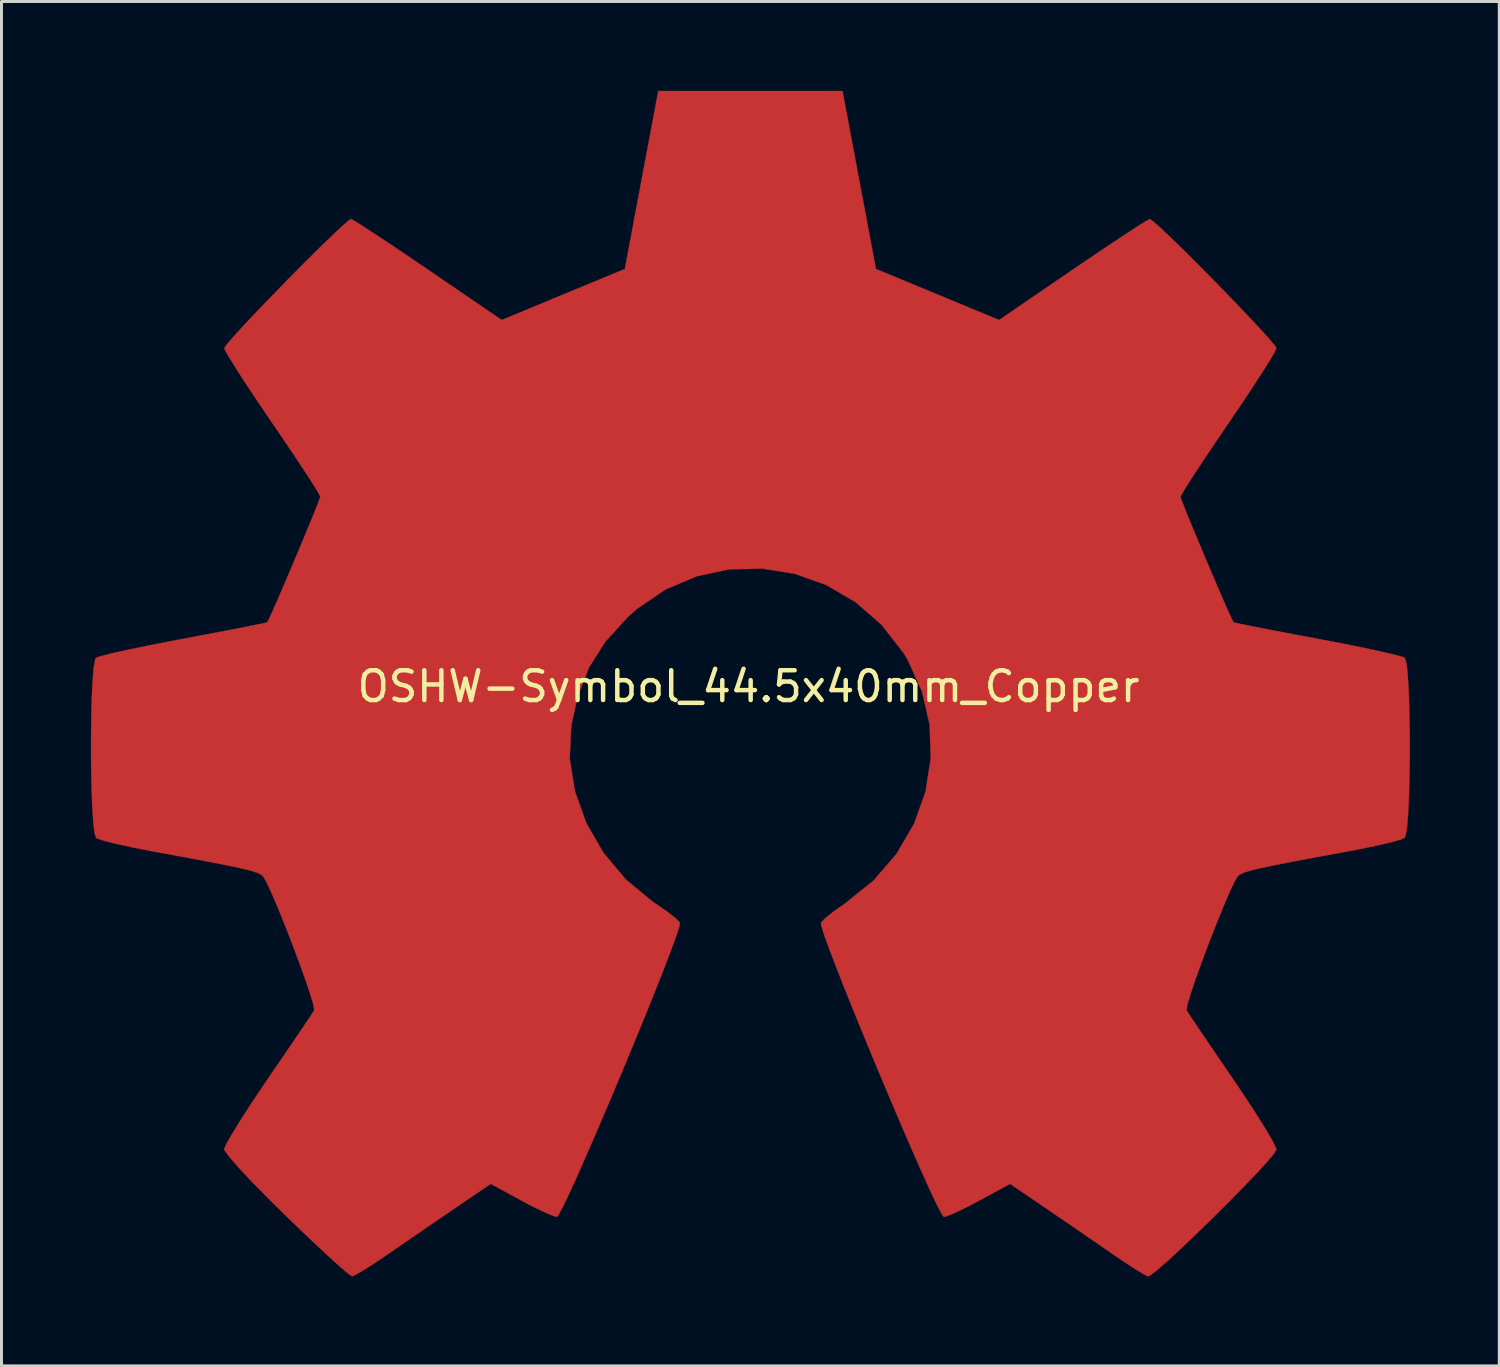
<source format=kicad_pcb>
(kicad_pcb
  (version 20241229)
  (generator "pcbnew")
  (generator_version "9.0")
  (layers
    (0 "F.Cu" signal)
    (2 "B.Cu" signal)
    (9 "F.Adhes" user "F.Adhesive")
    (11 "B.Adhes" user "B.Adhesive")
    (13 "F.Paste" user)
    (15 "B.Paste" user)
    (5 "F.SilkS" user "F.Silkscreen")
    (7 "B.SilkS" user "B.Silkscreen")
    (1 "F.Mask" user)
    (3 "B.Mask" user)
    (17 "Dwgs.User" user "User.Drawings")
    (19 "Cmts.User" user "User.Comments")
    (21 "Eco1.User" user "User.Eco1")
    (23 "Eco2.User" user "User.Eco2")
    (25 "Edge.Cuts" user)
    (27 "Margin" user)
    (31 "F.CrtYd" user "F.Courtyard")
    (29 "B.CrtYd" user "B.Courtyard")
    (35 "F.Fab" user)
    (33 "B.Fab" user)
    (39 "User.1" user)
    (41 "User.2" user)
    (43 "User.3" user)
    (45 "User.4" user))
  (footprint "OSHW-Symbol_44.5x40mm_Copper"
    (layer "F.Cu")
    (at 22.072 19.989)
    (property "Reference" "OSHW-Symbol_44.5x40mm_Copper" (at 0 0 0) (layer "F.SilkS") (effects (font (size 1 1) (thickness 0.15))))
    (attr exclude_from_pos_files exclude_from_bom)
    (fp_poly (pts (xy 3.714 -16.998) (xy 4.275 -14.012) (xy 6.342 -13.156) (xy 8.409 -12.299) (xy 10.888 -13.994) (xy 11.583 -14.466) (xy 12.21 -14.887) (xy 12.742 -15.238) (xy 13.148 -15.501) (xy 13.4 -15.655) (xy 13.469 -15.688) (xy 13.592 -15.603) (xy 13.857 -15.366) (xy 14.231 -15.009) (xy 14.688 -14.562) (xy 15.196 -14.054) (xy 15.726 -13.516) (xy 16.248 -12.978) (xy 16.733 -12.47) (xy 17.152 -12.023) (xy 17.475 -11.666) (xy 17.671 -11.431) (xy 17.718 -11.352) (xy 17.65 -11.207) (xy 17.461 -10.888) (xy 17.169 -10.428) (xy 16.796 -9.857) (xy 16.36 -9.207) (xy 16.107 -8.835) (xy 15.647 -8.158) (xy 15.238 -7.546) (xy 14.9 -7.032) (xy 14.653 -6.644) (xy 14.517 -6.413) (xy 14.497 -6.365) (xy 14.543 -6.227) (xy 14.669 -5.906) (xy 14.857 -5.448) (xy 15.086 -4.896) (xy 15.338 -4.296) (xy 15.594 -3.694) (xy 15.834 -3.134) (xy 16.04 -2.661) (xy 16.193 -2.322) (xy 16.273 -2.159) (xy 16.278 -2.153) (xy 16.403 -2.122) (xy 16.738 -2.053) (xy 17.247 -1.952) (xy 17.896 -1.827) (xy 18.65 -1.685) (xy 19.089 -1.602) (xy 19.895 -1.448) (xy 20.622 -1.302) (xy 21.235 -1.17) (xy 21.696 -1.063) (xy 21.969 -0.987) (xy 22.024 -0.963) (xy 22.077 -0.799) (xy 22.121 -0.43) (xy 22.154 0.101) (xy 22.176 0.752) (xy 22.189 1.479) (xy 22.191 2.239) (xy 22.183 2.989) (xy 22.165 3.686) (xy 22.136 4.286) (xy 22.097 4.747) (xy 22.049 5.025) (xy 22.02 5.082) (xy 21.845 5.152) (xy 21.475 5.251) (xy 20.958 5.368) (xy 20.344 5.492) (xy 20.13 5.532) (xy 19.097 5.722) (xy 18.28 5.875) (xy 17.654 5.998) (xy 17.191 6.095) (xy 16.864 6.174) (xy 16.646 6.24) (xy 16.511 6.299) (xy 16.431 6.358) (xy 16.42 6.37) (xy 16.308 6.557) (xy 16.137 6.922) (xy 15.924 7.419) (xy 15.687 8.005) (xy 15.441 8.634) (xy 15.206 9.261) (xy 14.996 9.843) (xy 14.831 10.334) (xy 14.726 10.689) (xy 14.698 10.865) (xy 14.7 10.871) (xy 14.794 11.014) (xy 15.005 11.33) (xy 15.313 11.785) (xy 15.695 12.346) (xy 16.128 12.981) (xy 16.252 13.162) (xy 16.692 13.816) (xy 17.079 14.413) (xy 17.393 14.918) (xy 17.611 15.298) (xy 17.713 15.517) (xy 17.718 15.544) (xy 17.632 15.686) (xy 17.395 15.966) (xy 17.037 16.356) (xy 16.588 16.824) (xy 16.08 17.34) (xy 15.542 17.875) (xy 15.005 18.398) (xy 14.5 18.879) (xy 14.057 19.288) (xy 13.706 19.595) (xy 13.479 19.769) (xy 13.416 19.797) (xy 13.27 19.73) (xy 12.97 19.549) (xy 12.566 19.286) (xy 12.255 19.073) (xy 11.692 18.684) (xy 11.024 18.225) (xy 10.355 17.767) (xy 9.995 17.522) (xy 8.777 16.694) (xy 7.755 17.249) (xy 7.289 17.493) (xy 6.893 17.682) (xy 6.625 17.79) (xy 6.557 17.805) (xy 6.475 17.694) (xy 6.313 17.381) (xy 6.083 16.894) (xy 5.798 16.263) (xy 5.469 15.516) (xy 5.109 14.682) (xy 4.729 13.79) (xy 4.342 12.869) (xy 3.96 11.949) (xy 3.595 11.056) (xy 3.258 10.222) (xy 2.963 9.474) (xy 2.721 8.841) (xy 2.544 8.353) (xy 2.444 8.038) (xy 2.428 7.93) (xy 2.555 7.792) (xy 2.834 7.568) (xy 3.206 7.305) (xy 3.237 7.284) (xy 4.199 6.51) (xy 4.974 5.608) (xy 5.556 4.606) (xy 5.939 3.532) (xy 6.115 2.416) (xy 6.079 1.286) (xy 5.822 0.172) (xy 5.339 -0.898) (xy 5.197 -1.132) (xy 4.457 -2.077) (xy 3.584 -2.836) (xy 2.607 -3.405) (xy 1.556 -3.78) (xy 0.462 -3.956) (xy -0.646 -3.931) (xy -1.736 -3.7) (xy -2.78 -3.259) (xy -3.745 -2.604) (xy -4.044 -2.338) (xy -4.804 -1.506) (xy -5.358 -0.63) (xy -5.738 0.351) (xy -5.95 1.324) (xy -6.002 2.417) (xy -5.828 3.515) (xy -5.445 4.582) (xy -4.871 5.58) (xy -4.123 6.472) (xy -3.22 7.221) (xy -3.102 7.3) (xy -2.726 7.559) (xy -2.44 7.783) (xy -2.303 7.926) (xy -2.301 7.93) (xy -2.33 8.085) (xy -2.447 8.436) (xy -2.638 8.955) (xy -2.892 9.612) (xy -3.197 10.379) (xy -3.54 11.227) (xy -3.91 12.127) (xy -4.294 13.05) (xy -4.681 13.967) (xy -5.058 14.85) (xy -5.413 15.669) (xy -5.734 16.396) (xy -6.009 17.001) (xy -6.226 17.456) (xy -6.374 17.732) (xy -6.433 17.805) (xy -6.614 17.748) (xy -6.952 17.597) (xy -7.39 17.378) (xy -7.631 17.249) (xy -8.653 16.694) (xy -9.871 17.522) (xy -10.493 17.946) (xy -11.174 18.413) (xy -11.812 18.852) (xy -12.131 19.073) (xy -12.581 19.377) (xy -12.961 19.617) (xy -13.223 19.764) (xy -13.308 19.795) (xy -13.432 19.711) (xy -13.706 19.477) (xy -14.104 19.117) (xy -14.599 18.656) (xy -15.165 18.117) (xy -15.522 17.772) (xy -16.148 17.154) (xy -16.689 16.601) (xy -17.123 16.137) (xy -17.428 15.786) (xy -17.583 15.571) (xy -17.598 15.527) (xy -17.529 15.361) (xy -17.338 15.026) (xy -17.048 14.554) (xy -16.678 13.981) (xy -16.25 13.34) (xy -16.128 13.162) (xy -15.684 12.512) (xy -15.286 11.928) (xy -14.956 11.441) (xy -14.716 11.084) (xy -14.589 10.891) (xy -14.576 10.871) (xy -14.595 10.717) (xy -14.693 10.378) (xy -14.853 9.899) (xy -15.058 9.325) (xy -15.292 8.7) (xy -15.537 8.069) (xy -15.776 7.477) (xy -15.992 6.968) (xy -16.168 6.588) (xy -16.287 6.38) (xy -16.296 6.37) (xy -16.368 6.31) (xy -16.491 6.251) (xy -16.691 6.187) (xy -16.995 6.111) (xy -17.43 6.018) (xy -18.024 5.901) (xy -18.802 5.754) (xy -19.792 5.571) (xy -20.006 5.532) (xy -20.641 5.409) (xy -21.195 5.288) (xy -21.619 5.182) (xy -21.863 5.101) (xy -21.896 5.082) (xy -21.95 4.916) (xy -21.993 4.545) (xy -22.027 4.012) (xy -22.051 3.36) (xy -22.064 2.632) (xy -22.067 1.872) (xy -22.06 1.122) (xy -22.043 0.427) (xy -22.015 -0.172) (xy -21.977 -0.631) (xy -21.929 -0.906) (xy -21.9 -0.963) (xy -21.738 -1.019) (xy -21.368 -1.112) (xy -20.828 -1.232) (xy -20.155 -1.372) (xy -19.385 -1.523) (xy -18.965 -1.602) (xy -18.169 -1.752) (xy -17.46 -1.887) (xy -16.871 -2.002) (xy -16.437 -2.089) (xy -16.194 -2.141) (xy -16.154 -2.153) (xy -16.086 -2.284) (xy -15.943 -2.6) (xy -15.744 -3.056) (xy -15.507 -3.606) (xy -15.253 -4.205) (xy -14.999 -4.809) (xy -14.765 -5.372) (xy -14.57 -5.848) (xy -14.433 -6.194) (xy -14.374 -6.363) (xy -14.373 -6.371) (xy -14.44 -6.504) (xy -14.63 -6.811) (xy -14.921 -7.262) (xy -15.295 -7.825) (xy -15.73 -8.47) (xy -15.983 -8.84) (xy -16.445 -9.52) (xy -16.855 -10.136) (xy -17.193 -10.66) (xy -17.44 -11.058) (xy -17.575 -11.299) (xy -17.594 -11.354) (xy -17.51 -11.48) (xy -17.278 -11.749) (xy -16.928 -12.132) (xy -16.489 -12.597) (xy -15.991 -13.116) (xy -15.464 -13.656) (xy -14.936 -14.189) (xy -14.438 -14.684) (xy -14 -15.111) (xy -13.651 -15.44) (xy -13.42 -15.64) (xy -13.342 -15.688) (xy -13.217 -15.621) (xy -12.916 -15.432) (xy -12.469 -15.141) (xy -11.906 -14.766) (xy -11.255 -14.328) (xy -10.764 -13.994) (xy -8.285 -12.299) (xy -6.218 -13.156) (xy -4.151 -14.012) (xy -3.591 -16.998) (xy -3.03 -19.984) (xy 3.154 -19.984) (xy 3.714 -16.998)) (stroke (width 0.01) (type solid)) (fill yes) (layer "F.Cu")))
  (gr_rect
    (start -3 -3)
    (end 47.268 42.791)
    (stroke (width 0.1) (type default))
    (fill no)
    (layer "Edge.Cuts")))
</source>
